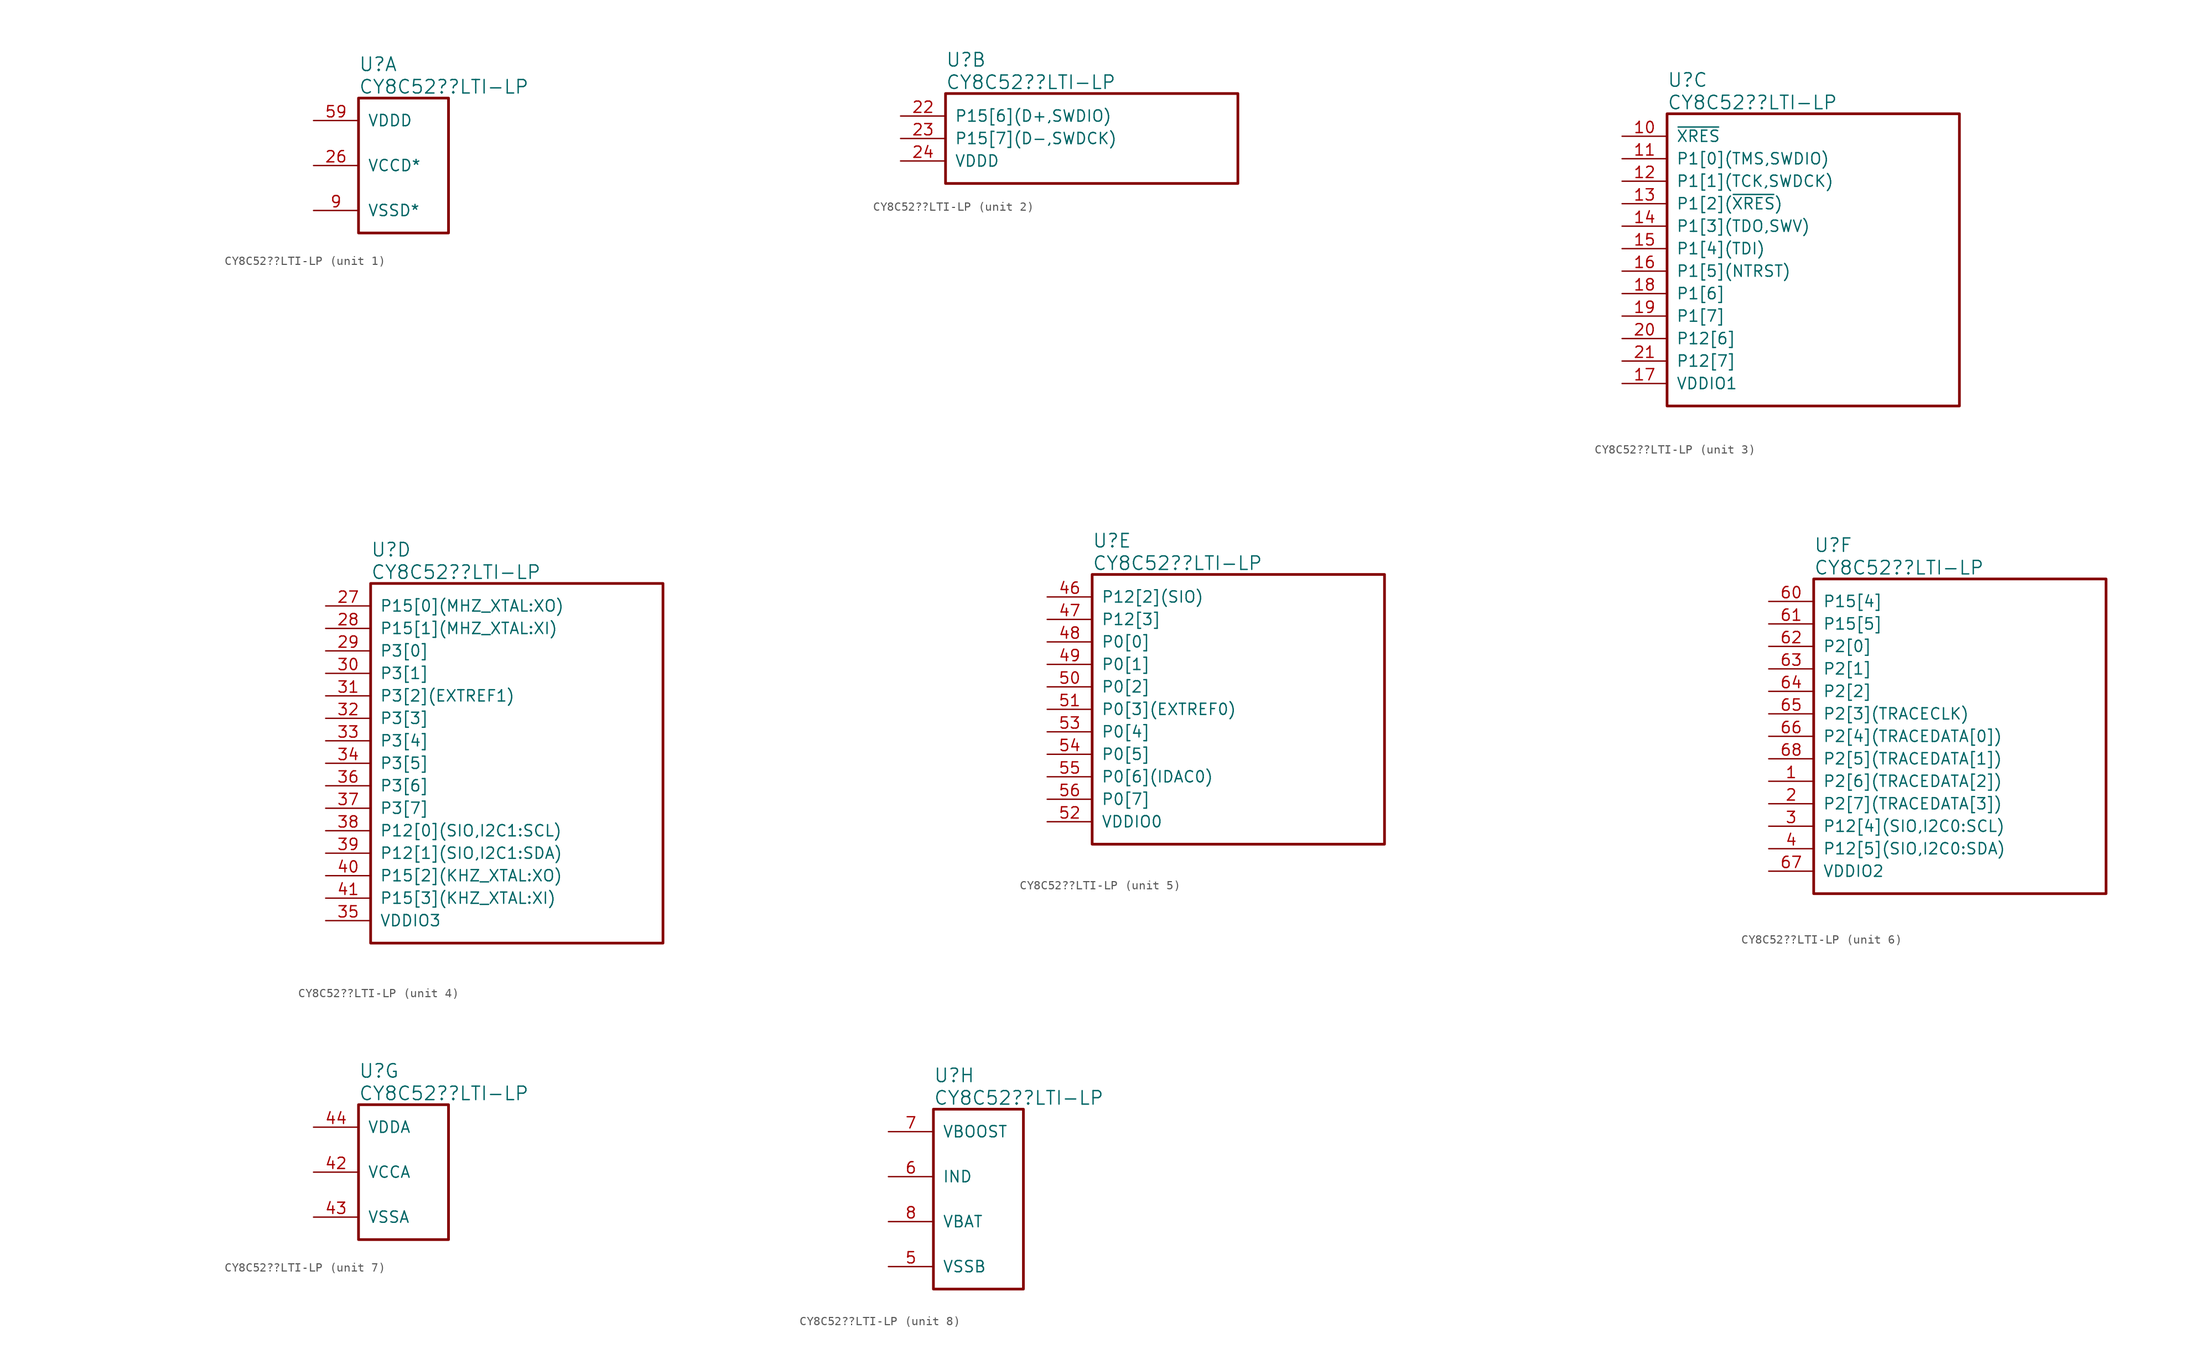
<source format=kicad_sym>
(kicad_symbol_lib
  (version 20241209)
  (generator "kicad_symbol_editor")
  (generator_version "9.0")
  (symbol "CY8C52??LTI-LP"
    (pin_names
      (offset 1.016))
    (property "Reference" "U"
      (at 5.08 6.35 0)
      (effects (font (size 1.524 1.524)) (justify left)))
    (property "Value" "CY8C52??LTI-LP"
      (at 5.08 3.81 0)
      (effects (font (size 1.524 1.524)) (justify left)))
    (property "Footprint" ""
      (at -26.035 -3.175 0)
      (effects (font (size 1.524 1.524))))
    (property "Datasheet" ""
      (at -26.035 -3.175 0)
      (effects (font (size 1.524 1.524))))
    (property "ki_locked" ""
      (at 0 0 0)
      (effects (font (size 1.27 1.27))))
    (symbol "CY8C52??LTI-LP_1_1"
      (rectangle (start 5.08 2.54) (end 15.24 -12.7) (stroke (width 0.305) (type solid)) (fill (type none)))
      (pin power_in line (at 0 0 0) (length 5.08) (name "VDDD" (effects (font (size 1.27 1.27)))) (number "59" (effects (font (size 1.27 1.27)))))
      (pin power_out line (at 0 -5.08 0) (length 5.08) (name "VCCD*" (effects (font (size 1.27 1.27)))) (number "26" (effects (font (size 1.27 1.27)))))
      (pin power_in line (at 0 -5.08 0) (length 5.08) (hide yes) (name "VCCD" (effects (font (size 1.27 1.27)))) (number "57" (effects (font (size 1.27 1.27)))))
      (pin power_in line (at 0 -10.16 0) (length 5.08) (hide yes) (name "VSSD" (effects (font (size 1.27 1.27)))) (number "25" (effects (font (size 1.27 1.27)))))
      (pin power_in line (at 0 -10.16 0) (length 5.08) (hide yes) (name "VSSD" (effects (font (size 1.27 1.27)))) (number "45" (effects (font (size 1.27 1.27)))))
      (pin power_in line (at 0 -10.16 0) (length 5.08) (hide yes) (name "VSSD" (effects (font (size 1.27 1.27)))) (number "58" (effects (font (size 1.27 1.27)))))
      (pin power_in line (at 0 -10.16 0) (length 5.08) (name "VSSD*" (effects (font (size 1.27 1.27)))) (number "9" (effects (font (size 1.27 1.27)))))
      (pin power_in line (at 0 -10.16 0) (length 5.08) (hide yes) (name "VSSD" (effects (font (size 1.27 1.27)))) (number "DPAD" (effects (font (size 1.27 1.27))))))
    (symbol "CY8C52??LTI-LP_2_1"
      (rectangle (start 5.08 2.54) (end 38.1 -7.62) (stroke (width 0.305) (type solid)) (fill (type none)))
      (pin bidirectional line (at 0 0 0) (length 5.08) (name "P15[6](D+,SWDIO)" (effects (font (size 1.27 1.27)))) (number "22" (effects (font (size 1.27 1.27)))))
      (pin bidirectional line (at 0 -2.54 0) (length 5.08) (name "P15[7](D-,SWDCK)" (effects (font (size 1.27 1.27)))) (number "23" (effects (font (size 1.27 1.27)))))
      (pin power_in line (at 0 -5.08 0) (length 5.08) (name "VDDD" (effects (font (size 1.27 1.27)))) (number "24" (effects (font (size 1.27 1.27))))))
    (symbol "CY8C52??LTI-LP_3_1"
      (rectangle (start 5.08 2.54) (end 38.1 -30.48) (stroke (width 0.305) (type solid)) (fill (type none)))
      (pin input line (at 0 0 0) (length 5.08) (name "~{XRES}" (effects (font (size 1.27 1.27)))) (number "10" (effects (font (size 1.27 1.27)))))
      (pin bidirectional line (at 0 -2.54 0) (length 5.08) (name "P1[0](TMS,SWDIO)" (effects (font (size 1.27 1.27)))) (number "11" (effects (font (size 1.27 1.27)))))
      (pin bidirectional line (at 0 -5.08 0) (length 5.08) (name "P1[1](TCK,SWDCK)" (effects (font (size 1.27 1.27)))) (number "12" (effects (font (size 1.27 1.27)))))
      (pin bidirectional line (at 0 -7.62 0) (length 5.08) (name "P1[2](~{XRES})" (effects (font (size 1.27 1.27)))) (number "13" (effects (font (size 1.27 1.27)))))
      (pin bidirectional line (at 0 -10.16 0) (length 5.08) (name "P1[3](TDO,SWV)" (effects (font (size 1.27 1.27)))) (number "14" (effects (font (size 1.27 1.27)))))
      (pin bidirectional line (at 0 -12.7 0) (length 5.08) (name "P1[4](TDI)" (effects (font (size 1.27 1.27)))) (number "15" (effects (font (size 1.27 1.27)))))
      (pin bidirectional line (at 0 -15.24 0) (length 5.08) (name "P1[5](NTRST)" (effects (font (size 1.27 1.27)))) (number "16" (effects (font (size 1.27 1.27)))))
      (pin bidirectional line (at 0 -17.78 0) (length 5.08) (name "P1[6]" (effects (font (size 1.27 1.27)))) (number "18" (effects (font (size 1.27 1.27)))))
      (pin bidirectional line (at 0 -20.32 0) (length 5.08) (name "P1[7]" (effects (font (size 1.27 1.27)))) (number "19" (effects (font (size 1.27 1.27)))))
      (pin bidirectional line (at 0 -22.86 0) (length 5.08) (name "P12[6]" (effects (font (size 1.27 1.27)))) (number "20" (effects (font (size 1.27 1.27)))))
      (pin bidirectional line (at 0 -25.4 0) (length 5.08) (name "P12[7]" (effects (font (size 1.27 1.27)))) (number "21" (effects (font (size 1.27 1.27)))))
      (pin power_in line (at 0 -27.94 0) (length 5.08) (name "VDDIO1" (effects (font (size 1.27 1.27)))) (number "17" (effects (font (size 1.27 1.27))))))
    (symbol "CY8C52??LTI-LP_4_1"
      (rectangle (start 5.08 2.54) (end 38.1 -38.1) (stroke (width 0.305) (type solid)) (fill (type none)))
      (pin bidirectional line (at 0 0 0) (length 5.08) (name "P15[0](MHZ_XTAL:XO)" (effects (font (size 1.27 1.27)))) (number "27" (effects (font (size 1.27 1.27)))))
      (pin bidirectional line (at 0 -2.54 0) (length 5.08) (name "P15[1](MHZ_XTAL:XI)" (effects (font (size 1.27 1.27)))) (number "28" (effects (font (size 1.27 1.27)))))
      (pin bidirectional line (at 0 -5.08 0) (length 5.08) (name "P3[0]" (effects (font (size 1.27 1.27)))) (number "29" (effects (font (size 1.27 1.27)))))
      (pin bidirectional line (at 0 -7.62 0) (length 5.08) (name "P3[1]" (effects (font (size 1.27 1.27)))) (number "30" (effects (font (size 1.27 1.27)))))
      (pin bidirectional line (at 0 -10.16 0) (length 5.08) (name "P3[2](EXTREF1)" (effects (font (size 1.27 1.27)))) (number "31" (effects (font (size 1.27 1.27)))))
      (pin bidirectional line (at 0 -12.7 0) (length 5.08) (name "P3[3]" (effects (font (size 1.27 1.27)))) (number "32" (effects (font (size 1.27 1.27)))))
      (pin bidirectional line (at 0 -15.24 0) (length 5.08) (name "P3[4]" (effects (font (size 1.27 1.27)))) (number "33" (effects (font (size 1.27 1.27)))))
      (pin bidirectional line (at 0 -17.78 0) (length 5.08) (name "P3[5]" (effects (font (size 1.27 1.27)))) (number "34" (effects (font (size 1.27 1.27)))))
      (pin bidirectional line (at 0 -20.32 0) (length 5.08) (name "P3[6]" (effects (font (size 1.27 1.27)))) (number "36" (effects (font (size 1.27 1.27)))))
      (pin bidirectional line (at 0 -22.86 0) (length 5.08) (name "P3[7]" (effects (font (size 1.27 1.27)))) (number "37" (effects (font (size 1.27 1.27)))))
      (pin bidirectional line (at 0 -25.4 0) (length 5.08) (name "P12[0](SIO,I2C1:SCL)" (effects (font (size 1.27 1.27)))) (number "38" (effects (font (size 1.27 1.27)))))
      (pin bidirectional line (at 0 -27.94 0) (length 5.08) (name "P12[1](SIO,I2C1:SDA)" (effects (font (size 1.27 1.27)))) (number "39" (effects (font (size 1.27 1.27)))))
      (pin bidirectional line (at 0 -30.48 0) (length 5.08) (name "P15[2](KHZ_XTAL:XO)" (effects (font (size 1.27 1.27)))) (number "40" (effects (font (size 1.27 1.27)))))
      (pin bidirectional line (at 0 -33.02 0) (length 5.08) (name "P15[3](KHZ_XTAL:XI)" (effects (font (size 1.27 1.27)))) (number "41" (effects (font (size 1.27 1.27)))))
      (pin power_in line (at 0 -35.56 0) (length 5.08) (name "VDDIO3" (effects (font (size 1.27 1.27)))) (number "35" (effects (font (size 1.27 1.27))))))
    (symbol "CY8C52??LTI-LP_5_1"
      (rectangle (start 5.08 2.54) (end 38.1 -27.94) (stroke (width 0.305) (type solid)) (fill (type none)))
      (pin bidirectional line (at 0 0 0) (length 5.08) (name "P12[2](SIO)" (effects (font (size 1.27 1.27)))) (number "46" (effects (font (size 1.27 1.27)))))
      (pin bidirectional line (at 0 -2.54 0) (length 5.08) (name "P12[3]" (effects (font (size 1.27 1.27)))) (number "47" (effects (font (size 1.27 1.27)))))
      (pin bidirectional line (at 0 -5.08 0) (length 5.08) (name "P0[0]" (effects (font (size 1.27 1.27)))) (number "48" (effects (font (size 1.27 1.27)))))
      (pin bidirectional line (at 0 -7.62 0) (length 5.08) (name "P0[1]" (effects (font (size 1.27 1.27)))) (number "49" (effects (font (size 1.27 1.27)))))
      (pin bidirectional line (at 0 -10.16 0) (length 5.08) (name "P0[2]" (effects (font (size 1.27 1.27)))) (number "50" (effects (font (size 1.27 1.27)))))
      (pin bidirectional line (at 0 -12.7 0) (length 5.08) (name "P0[3](EXTREF0)" (effects (font (size 1.27 1.27)))) (number "51" (effects (font (size 1.27 1.27)))))
      (pin bidirectional line (at 0 -15.24 0) (length 5.08) (name "P0[4]" (effects (font (size 1.27 1.27)))) (number "53" (effects (font (size 1.27 1.27)))))
      (pin bidirectional line (at 0 -17.78 0) (length 5.08) (name "P0[5]" (effects (font (size 1.27 1.27)))) (number "54" (effects (font (size 1.27 1.27)))))
      (pin bidirectional line (at 0 -20.32 0) (length 5.08) (name "P0[6](IDAC0)" (effects (font (size 1.27 1.27)))) (number "55" (effects (font (size 1.27 1.27)))))
      (pin bidirectional line (at 0 -22.86 0) (length 5.08) (name "P0[7]" (effects (font (size 1.27 1.27)))) (number "56" (effects (font (size 1.27 1.27)))))
      (pin power_in line (at 0 -25.4 0) (length 5.08) (name "VDDIO0" (effects (font (size 1.27 1.27)))) (number "52" (effects (font (size 1.27 1.27))))))
    (symbol "CY8C52??LTI-LP_6_1"
      (rectangle (start 5.08 2.54) (end 38.1 -33.02) (stroke (width 0.305) (type solid)) (fill (type none)))
      (pin bidirectional line (at 0 0 0) (length 5.08) (name "P15[4]" (effects (font (size 1.27 1.27)))) (number "60" (effects (font (size 1.27 1.27)))))
      (pin bidirectional line (at 0 -2.54 0) (length 5.08) (name "P15[5]" (effects (font (size 1.27 1.27)))) (number "61" (effects (font (size 1.27 1.27)))))
      (pin bidirectional line (at 0 -5.08 0) (length 5.08) (name "P2[0]" (effects (font (size 1.27 1.27)))) (number "62" (effects (font (size 1.27 1.27)))))
      (pin bidirectional line (at 0 -7.62 0) (length 5.08) (name "P2[1]" (effects (font (size 1.27 1.27)))) (number "63" (effects (font (size 1.27 1.27)))))
      (pin bidirectional line (at 0 -10.16 0) (length 5.08) (name "P2[2]" (effects (font (size 1.27 1.27)))) (number "64" (effects (font (size 1.27 1.27)))))
      (pin bidirectional line (at 0 -12.7 0) (length 5.08) (name "P2[3](TRACECLK)" (effects (font (size 1.27 1.27)))) (number "65" (effects (font (size 1.27 1.27)))))
      (pin bidirectional line (at 0 -15.24 0) (length 5.08) (name "P2[4](TRACEDATA[0])" (effects (font (size 1.27 1.27)))) (number "66" (effects (font (size 1.27 1.27)))))
      (pin bidirectional line (at 0 -17.78 0) (length 5.08) (name "P2[5](TRACEDATA[1])" (effects (font (size 1.27 1.27)))) (number "68" (effects (font (size 1.27 1.27)))))
      (pin bidirectional line (at 0 -20.32 0) (length 5.08) (name "P2[6](TRACEDATA[2])" (effects (font (size 1.27 1.27)))) (number "1" (effects (font (size 1.27 1.27)))))
      (pin bidirectional line (at 0 -22.86 0) (length 5.08) (name "P2[7](TRACEDATA[3])" (effects (font (size 1.27 1.27)))) (number "2" (effects (font (size 1.27 1.27)))))
      (pin bidirectional line (at 0 -25.4 0) (length 5.08) (name "P12[4](SIO,I2C0:SCL)" (effects (font (size 1.27 1.27)))) (number "3" (effects (font (size 1.27 1.27)))))
      (pin bidirectional line (at 0 -27.94 0) (length 5.08) (name "P12[5](SIO,I2C0:SDA)" (effects (font (size 1.27 1.27)))) (number "4" (effects (font (size 1.27 1.27)))))
      (pin power_in line (at 0 -30.48 0) (length 5.08) (name "VDDIO2" (effects (font (size 1.27 1.27)))) (number "67" (effects (font (size 1.27 1.27))))))
    (symbol "CY8C52??LTI-LP_7_1"
      (rectangle (start 5.08 2.54) (end 15.24 -12.7) (stroke (width 0.305) (type solid)) (fill (type none)))
      (pin power_in line (at 0 0 0) (length 5.08) (name "VDDA" (effects (font (size 1.27 1.27)))) (number "44" (effects (font (size 1.27 1.27)))))
      (pin power_out line (at 0 -5.08 0) (length 5.08) (name "VCCA" (effects (font (size 1.27 1.27)))) (number "42" (effects (font (size 1.27 1.27)))))
      (pin power_in line (at 0 -10.16 0) (length 5.08) (name "VSSA" (effects (font (size 1.27 1.27)))) (number "43" (effects (font (size 1.27 1.27))))))
    (symbol "CY8C52??LTI-LP_8_1"
      (rectangle (start 5.08 2.54) (end 15.24 -17.78) (stroke (width 0.305) (type solid)) (fill (type none)))
      (pin input line (at 0 0 0) (length 5.08) (name "VBOOST" (effects (font (size 1.27 1.27)))) (number "7" (effects (font (size 1.27 1.27)))))
      (pin passive line (at 0 -5.08 0) (length 5.08) (name "IND" (effects (font (size 1.27 1.27)))) (number "6" (effects (font (size 1.27 1.27)))))
      (pin power_in line (at 0 -10.16 0) (length 5.08) (name "VBAT" (effects (font (size 1.27 1.27)))) (number "8" (effects (font (size 1.27 1.27)))))
      (pin power_in line (at 0 -15.24 0) (length 5.08) (name "VSSB" (effects (font (size 1.27 1.27)))) (number "5" (effects (font (size 1.27 1.27))))))))
</source>
